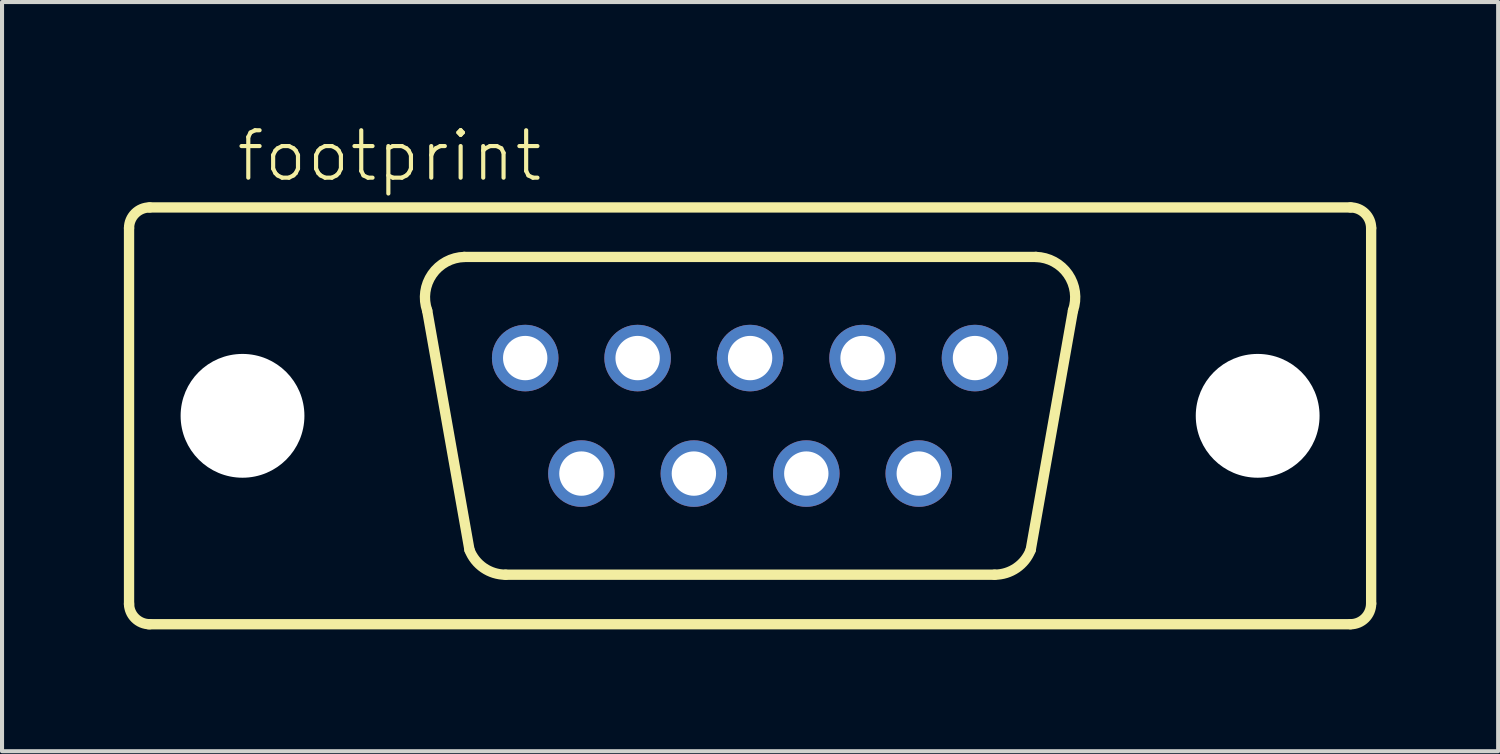
<source format=kicad_pcb>
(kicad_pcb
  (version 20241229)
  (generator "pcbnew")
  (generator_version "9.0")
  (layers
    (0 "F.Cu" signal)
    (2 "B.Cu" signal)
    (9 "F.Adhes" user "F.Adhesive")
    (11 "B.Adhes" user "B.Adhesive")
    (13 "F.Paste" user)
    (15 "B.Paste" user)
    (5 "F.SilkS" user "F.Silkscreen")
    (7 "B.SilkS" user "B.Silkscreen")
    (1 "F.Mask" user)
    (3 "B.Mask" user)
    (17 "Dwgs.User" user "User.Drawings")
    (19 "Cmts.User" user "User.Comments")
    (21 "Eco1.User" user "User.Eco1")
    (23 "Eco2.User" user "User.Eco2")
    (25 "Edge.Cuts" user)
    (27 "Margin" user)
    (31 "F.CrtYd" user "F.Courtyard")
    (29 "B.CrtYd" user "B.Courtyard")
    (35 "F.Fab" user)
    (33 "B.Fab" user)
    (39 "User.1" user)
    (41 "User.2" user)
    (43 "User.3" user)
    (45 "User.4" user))
  (footprint "footprint"
    (layer "F.Cu")
    (at 15.418 7.188)
    (property "Reference" "footprint" (at -12.7 -5.715 0) (layer "F.SilkS") (effects (font (size 1.168 1.168) (thickness 0.102)) (justify left bottom)))
    (fp_line (start -15.291 4.648) (end -15.291 -4.623) (stroke (width 0.254) (type solid)) (layer "F.SilkS"))
    (fp_line (start -14.783 -5.131) (end 14.783 -5.131) (stroke (width 0.254) (type solid)) (layer "F.SilkS"))
    (fp_line (start -6.909 3.302) (end -7.95 -2.591) (stroke (width 0.254) (type solid)) (layer "F.SilkS"))
    (fp_line (start 6.02 3.912) (end -6.02 3.912) (stroke (width 0.254) (type solid)) (layer "F.SilkS"))
    (fp_line (start 6.909 3.302) (end 7.95 -2.591) (stroke (width 0.254) (type solid)) (layer "F.SilkS"))
    (fp_line (start 7.036 -3.912) (end -7.036 -3.912) (stroke (width 0.254) (type solid)) (layer "F.SilkS"))
    (fp_line (start 14.783 5.131) (end -14.808 5.131) (stroke (width 0.254) (type solid)) (layer "F.SilkS"))
    (fp_line (start 15.291 -4.623) (end 15.291 4.623) (stroke (width 0.254) (type solid)) (layer "F.SilkS"))
    (fp_arc (start -15.2908 -4.6228) (mid -15.14201 -4.98201) (end -14.7828 -5.1308) (stroke (width 0.254) (type solid)) (layer "F.SilkS"))
    (fp_arc (start -14.7828 5.1308) (mid -15.14201 4.98201) (end -15.2908 4.6228) (stroke (width 0.254) (type solid)) (layer "F.SilkS"))
    (fp_arc (start -7.9502 -2.5908) (mid -7.828342 -3.483361) (end -7.035798 -3.911601) (stroke (width 0.254) (type solid)) (layer "F.SilkS"))
    (fp_arc (start -6.019799 3.911601) (mid -6.558828 3.744655) (end -6.9088 3.302) (stroke (width 0.254) (type solid)) (layer "F.SilkS"))
    (fp_arc (start 6.908799 3.301999) (mid 6.558828 3.744653) (end 6.0198 3.9116) (stroke (width 0.254) (type solid)) (layer "F.SilkS"))
    (fp_arc (start 7.0358 -3.9116) (mid 7.828343 -3.48336) (end 7.950199 -2.590799) (stroke (width 0.254) (type solid)) (layer "F.SilkS"))
    (fp_arc (start 14.7828 -5.1308) (mid 15.14201 -4.98201) (end 15.2908 -4.6228) (stroke (width 0.254) (type solid)) (layer "F.SilkS"))
    (fp_arc (start 15.2908 4.6228) (mid 15.14201 4.98201) (end 14.7828 5.1308) (stroke (width 0.254) (type solid)) (layer "F.SilkS"))
    (pad "" np_thru_hole circle (at -12.497 0) (size 3.048 3.048) (drill 3.048) (layers "*.Cu" "*.Mask"))
    (pad "" np_thru_hole circle (at 12.497 0) (size 3.048 3.048) (drill 3.048) (layers "*.Cu" "*.Mask"))
    (pad "1" thru_hole circle (at 5.537 -1.422) (size 1.638 1.638) (drill 1.092) (layers "*.Cu" "*.Mask"))
    (pad "2" thru_hole circle (at 2.769 -1.422) (size 1.638 1.638) (drill 1.092) (layers "*.Cu" "*.Mask"))
    (pad "3" thru_hole circle (at 0 -1.422) (size 1.638 1.638) (drill 1.092) (layers "*.Cu" "*.Mask"))
    (pad "4" thru_hole circle (at -2.769 -1.422) (size 1.638 1.638) (drill 1.092) (layers "*.Cu" "*.Mask"))
    (pad "5" thru_hole circle (at -5.537 -1.422) (size 1.638 1.638) (drill 1.092) (layers "*.Cu" "*.Mask"))
    (pad "6" thru_hole circle (at 4.153 1.422) (size 1.638 1.638) (drill 1.092) (layers "*.Cu" "*.Mask"))
    (pad "7" thru_hole circle (at 1.384 1.422) (size 1.638 1.638) (drill 1.092) (layers "*.Cu" "*.Mask"))
    (pad "8" thru_hole circle (at -1.384 1.422) (size 1.638 1.638) (drill 1.092) (layers "*.Cu" "*.Mask"))
    (pad "9" thru_hole circle (at -4.153 1.422) (size 1.638 1.638) (drill 1.092) (layers "*.Cu" "*.Mask")))
  (gr_rect
    (start -3 -3)
    (end 33.836 15.446)
    (stroke (width 0.1) (type default))
    (fill no)
    (layer "Edge.Cuts")))
</source>
